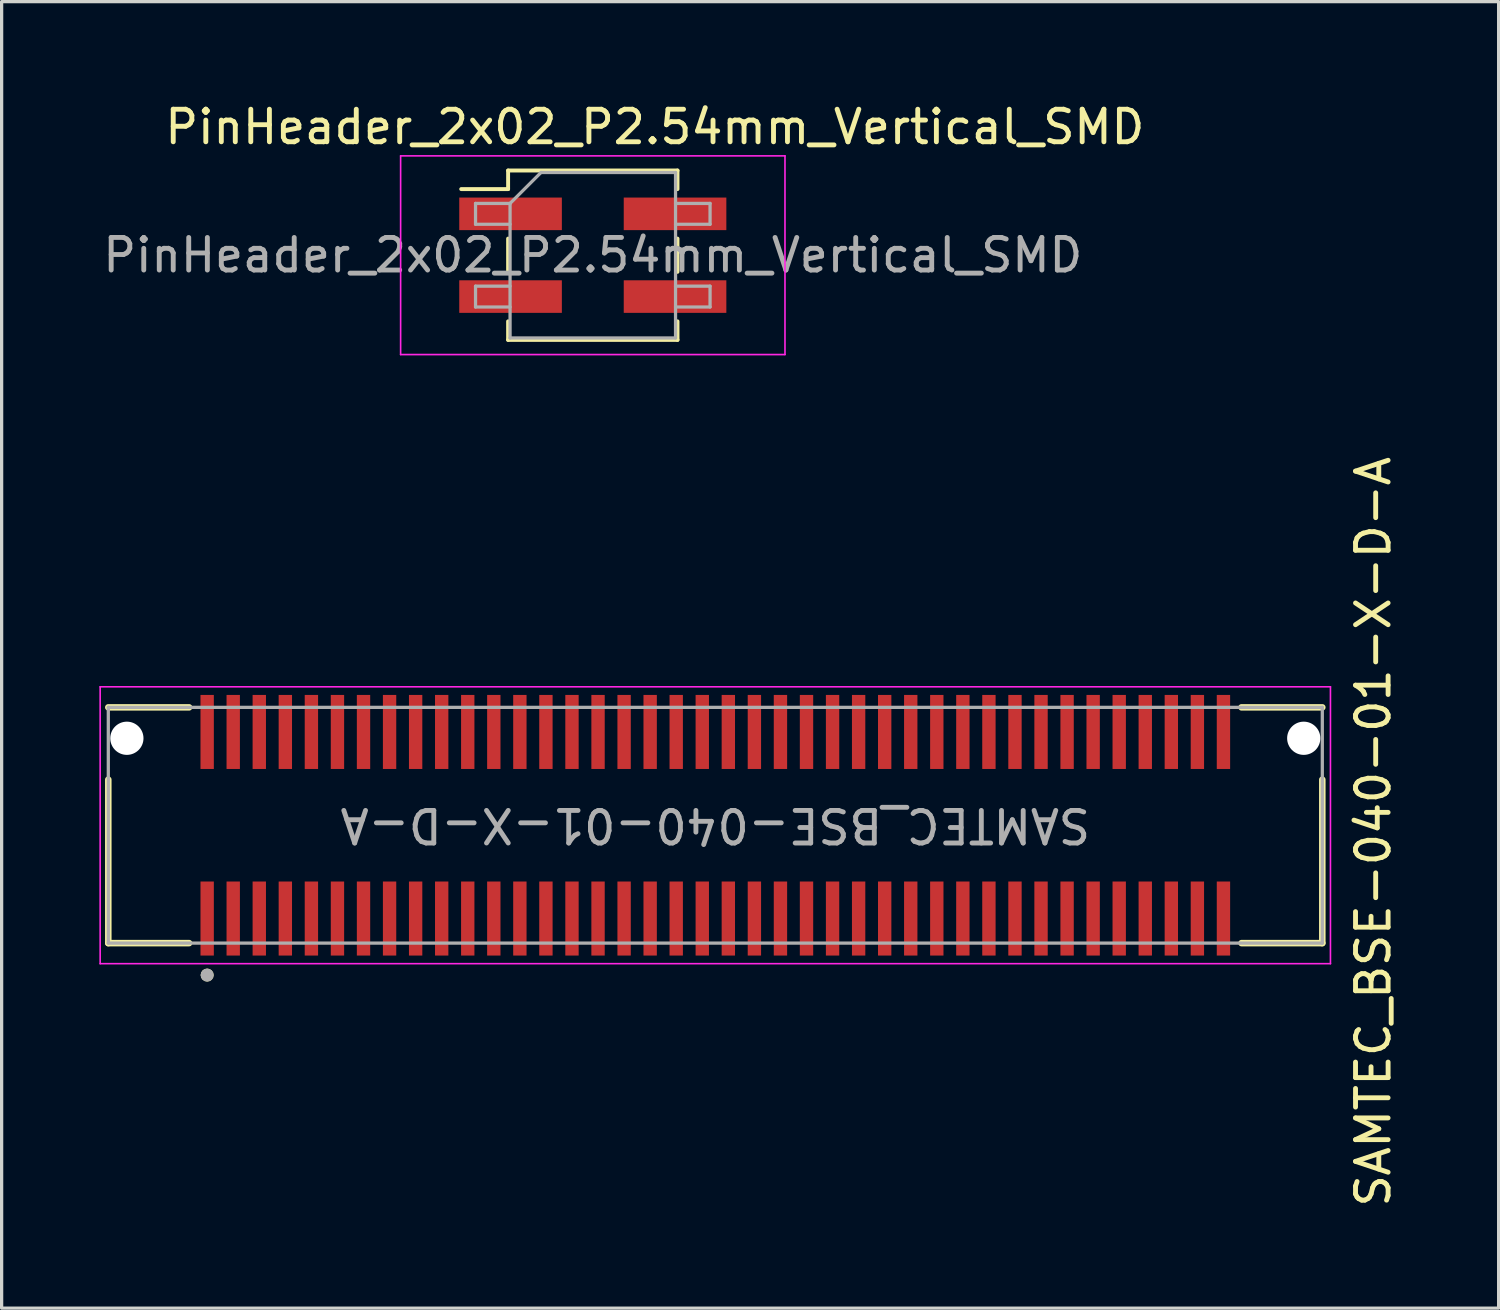
<source format=kicad_pcb>
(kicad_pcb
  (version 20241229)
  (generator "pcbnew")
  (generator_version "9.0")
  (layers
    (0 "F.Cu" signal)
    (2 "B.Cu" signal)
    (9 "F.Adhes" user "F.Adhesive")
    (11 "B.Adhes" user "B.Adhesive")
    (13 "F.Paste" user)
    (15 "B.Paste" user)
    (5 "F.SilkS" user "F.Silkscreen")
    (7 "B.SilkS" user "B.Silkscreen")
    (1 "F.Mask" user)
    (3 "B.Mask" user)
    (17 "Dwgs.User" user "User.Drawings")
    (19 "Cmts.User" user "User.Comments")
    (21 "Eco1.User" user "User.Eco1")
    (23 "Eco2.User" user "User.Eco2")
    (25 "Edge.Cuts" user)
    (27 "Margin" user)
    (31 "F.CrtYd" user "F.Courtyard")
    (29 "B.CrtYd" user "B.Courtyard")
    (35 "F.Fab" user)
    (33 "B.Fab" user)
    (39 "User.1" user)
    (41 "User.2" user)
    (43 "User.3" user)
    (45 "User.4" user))
  (footprint "PinHeader_2x02_P2.54mm_Vertical_SMD"
    (layer "F.Cu")
    (at 15.149 4.785)
    (property "Reference" "PinHeader_2x02_P2.54mm_Vertical_SMD" (at 1.905 -3.937 180) (layer "F.SilkS") (effects (font (size 1 1) (thickness 0.15))))
    (attr smd)
    (fp_line (start -4.04 -2.03) (end -2.6 -2.03) (stroke (width 0.12) (type solid)) (layer "F.SilkS"))
    (fp_line (start -2.6 -2.6) (end -2.6 -2.03) (stroke (width 0.12) (type solid)) (layer "F.SilkS"))
    (fp_line (start -2.6 -2.6) (end 2.6 -2.6) (stroke (width 0.12) (type solid)) (layer "F.SilkS"))
    (fp_line (start -2.6 -0.51) (end -2.6 0.51) (stroke (width 0.12) (type solid)) (layer "F.SilkS"))
    (fp_line (start -2.6 2.03) (end -2.6 2.6) (stroke (width 0.12) (type solid)) (layer "F.SilkS"))
    (fp_line (start -2.6 2.6) (end 2.6 2.6) (stroke (width 0.12) (type solid)) (layer "F.SilkS"))
    (fp_line (start 2.6 -2.6) (end 2.6 -2.03) (stroke (width 0.12) (type solid)) (layer "F.SilkS"))
    (fp_line (start 2.6 -0.51) (end 2.6 0.51) (stroke (width 0.12) (type solid)) (layer "F.SilkS"))
    (fp_line (start 2.6 2.03) (end 2.6 2.6) (stroke (width 0.12) (type solid)) (layer "F.SilkS"))
    (fp_line (start -5.9 -3.05) (end -5.9 3.05) (stroke (width 0.05) (type solid)) (layer "F.CrtYd"))
    (fp_line (start -5.9 3.05) (end 5.9 3.05) (stroke (width 0.05) (type solid)) (layer "F.CrtYd"))
    (fp_line (start 5.9 -3.05) (end -5.9 -3.05) (stroke (width 0.05) (type solid)) (layer "F.CrtYd"))
    (fp_line (start 5.9 3.05) (end 5.9 -3.05) (stroke (width 0.05) (type solid)) (layer "F.CrtYd"))
    (fp_line (start -3.6 -1.59) (end -3.6 -0.95) (stroke (width 0.1) (type solid)) (layer "F.Fab"))
    (fp_line (start -3.6 -0.95) (end -2.54 -0.95) (stroke (width 0.1) (type solid)) (layer "F.Fab"))
    (fp_line (start -3.6 0.95) (end -3.6 1.59) (stroke (width 0.1) (type solid)) (layer "F.Fab"))
    (fp_line (start -3.6 1.59) (end -2.54 1.59) (stroke (width 0.1) (type solid)) (layer "F.Fab"))
    (fp_line (start -2.54 -1.59) (end -3.6 -1.59) (stroke (width 0.1) (type solid)) (layer "F.Fab"))
    (fp_line (start -2.54 -1.59) (end -1.59 -2.54) (stroke (width 0.1) (type solid)) (layer "F.Fab"))
    (fp_line (start -2.54 0.95) (end -3.6 0.95) (stroke (width 0.1) (type solid)) (layer "F.Fab"))
    (fp_line (start -2.54 2.54) (end -2.54 -1.59) (stroke (width 0.1) (type solid)) (layer "F.Fab"))
    (fp_line (start -1.59 -2.54) (end 2.54 -2.54) (stroke (width 0.1) (type solid)) (layer "F.Fab"))
    (fp_line (start 2.54 -2.54) (end 2.54 2.54) (stroke (width 0.1) (type solid)) (layer "F.Fab"))
    (fp_line (start 2.54 -1.59) (end 3.6 -1.59) (stroke (width 0.1) (type solid)) (layer "F.Fab"))
    (fp_line (start 2.54 0.95) (end 3.6 0.95) (stroke (width 0.1) (type solid)) (layer "F.Fab"))
    (fp_line (start 2.54 2.54) (end -2.54 2.54) (stroke (width 0.1) (type solid)) (layer "F.Fab"))
    (fp_line (start 3.6 -1.59) (end 3.6 -0.95) (stroke (width 0.1) (type solid)) (layer "F.Fab"))
    (fp_line (start 3.6 -0.95) (end 2.54 -0.95) (stroke (width 0.1) (type solid)) (layer "F.Fab"))
    (fp_line (start 3.6 0.95) (end 3.6 1.59) (stroke (width 0.1) (type solid)) (layer "F.Fab"))
    (fp_line (start 3.6 1.59) (end 2.54 1.59) (stroke (width 0.1) (type solid)) (layer "F.Fab"))
    (fp_text user "${REFERENCE}" (at 0 0 0) (layer "F.Fab") (effects (font (size 1 1) (thickness 0.15))))
    (pad "1" smd rect (at -2.525 -1.27) (size 3.15 1) (layers "F.Cu" "F.Mask" "F.Paste"))
    (pad "2" smd rect (at 2.525 -1.27) (size 3.15 1) (layers "F.Cu" "F.Mask" "F.Paste"))
    (pad "3" smd rect (at -2.525 1.27) (size 3.15 1) (layers "F.Cu" "F.Mask" "F.Paste"))
    (pad "4" smd rect (at 2.525 1.27) (size 3.15 1) (layers "F.Cu" "F.Mask" "F.Paste")))
  (footprint "SAMTEC_BSE-040-01-X-D-A"
    (layer "F.Cu")
    (at 18.91 22.285)
    (property "Reference" "SAMTEC_BSE-040-01-X-D-A" (at 20.2 0.2 90) (layer "F.SilkS") (effects (font (size 1 1) (thickness 0.15))))
    (attr smd)
    (fp_line (start -18.635 -3.619) (end -16.155 -3.619) (stroke (width 0.2) (type solid)) (layer "F.SilkS"))
    (fp_line (start -18.635 -1.4) (end -18.635 3.619) (stroke (width 0.2) (type solid)) (layer "F.SilkS"))
    (fp_line (start -18.635 3.619) (end -16.155 3.619) (stroke (width 0.2) (type solid)) (layer "F.SilkS"))
    (fp_line (start 18.635 -3.619) (end 16.155 -3.619) (stroke (width 0.2) (type solid)) (layer "F.SilkS"))
    (fp_line (start 18.635 -1.4) (end 18.635 3.619) (stroke (width 0.2) (type solid)) (layer "F.SilkS"))
    (fp_line (start 18.635 3.619) (end 16.155 3.619) (stroke (width 0.2) (type solid)) (layer "F.SilkS"))
    (fp_circle (center -15.6 4.6) (end -15.5 4.6) (stroke (width 0.2) (type solid)) (fill no) (layer "F.SilkS"))
    (fp_line (start -18.885 -4.25) (end -18.885 4.25) (stroke (width 0.05) (type solid)) (layer "F.CrtYd"))
    (fp_line (start -18.885 4.25) (end 18.885 4.25) (stroke (width 0.05) (type solid)) (layer "F.CrtYd"))
    (fp_line (start 18.885 -4.25) (end -18.885 -4.25) (stroke (width 0.05) (type solid)) (layer "F.CrtYd"))
    (fp_line (start 18.885 4.25) (end 18.885 -4.25) (stroke (width 0.05) (type solid)) (layer "F.CrtYd"))
    (fp_line (start -18.635 -3.619) (end -18.635 3.619) (stroke (width 0.1) (type solid)) (layer "F.Fab"))
    (fp_line (start -18.635 3.619) (end 18.635 3.619) (stroke (width 0.1) (type solid)) (layer "F.Fab"))
    (fp_line (start 18.635 -3.619) (end -18.635 -3.619) (stroke (width 0.1) (type solid)) (layer "F.Fab"))
    (fp_line (start 18.635 3.619) (end 18.635 -3.619) (stroke (width 0.1) (type solid)) (layer "F.Fab"))
    (fp_circle (center -15.6 4.6) (end -15.5 4.6) (stroke (width 0.2) (type solid)) (fill no) (layer "F.Fab"))
    (fp_text user "${REFERENCE}" (at 0 0 180) (unlocked yes) (layer "F.Fab") (effects (font (size 1 1) (thickness 0.15))))
    (pad "" np_thru_hole circle (at -18.065 -2.67 180) (size 1.02 1.02) (drill 1.02) (layers "*.Cu" "*.Mask"))
    (pad "" np_thru_hole circle (at 18.065 -2.67 180) (size 1.02 1.02) (drill 1.02) (layers "*.Cu" "*.Mask"))
    (pad "1" smd rect (at -15.6 2.864 180) (size 0.41 2.273) (layers "F.Cu" "F.Mask" "F.Paste"))
    (pad "2" smd rect (at -15.6 -2.864 180) (size 0.41 2.273) (layers "F.Cu" "F.Mask" "F.Paste"))
    (pad "3" smd rect (at -14.8 2.864 180) (size 0.41 2.273) (layers "F.Cu" "F.Mask" "F.Paste"))
    (pad "4" smd rect (at -14.8 -2.864 180) (size 0.41 2.273) (layers "F.Cu" "F.Mask" "F.Paste"))
    (pad "5" smd rect (at -14 2.864 180) (size 0.41 2.273) (layers "F.Cu" "F.Mask" "F.Paste"))
    (pad "6" smd rect (at -14 -2.864 180) (size 0.41 2.273) (layers "F.Cu" "F.Mask" "F.Paste"))
    (pad "7" smd rect (at -13.2 2.864 180) (size 0.41 2.273) (layers "F.Cu" "F.Mask" "F.Paste"))
    (pad "8" smd rect (at -13.2 -2.864 180) (size 0.41 2.273) (layers "F.Cu" "F.Mask" "F.Paste"))
    (pad "9" smd rect (at -12.4 2.864 180) (size 0.41 2.273) (layers "F.Cu" "F.Mask" "F.Paste"))
    (pad "10" smd rect (at -12.4 -2.864 180) (size 0.41 2.273) (layers "F.Cu" "F.Mask" "F.Paste"))
    (pad "11" smd rect (at -11.6 2.864 180) (size 0.41 2.273) (layers "F.Cu" "F.Mask" "F.Paste"))
    (pad "12" smd rect (at -11.6 -2.864 180) (size 0.41 2.273) (layers "F.Cu" "F.Mask" "F.Paste"))
    (pad "13" smd rect (at -10.8 2.864 180) (size 0.41 2.273) (layers "F.Cu" "F.Mask" "F.Paste"))
    (pad "14" smd rect (at -10.8 -2.864 180) (size 0.41 2.273) (layers "F.Cu" "F.Mask" "F.Paste"))
    (pad "15" smd rect (at -10 2.864 180) (size 0.41 2.273) (layers "F.Cu" "F.Mask" "F.Paste"))
    (pad "16" smd rect (at -10 -2.864 180) (size 0.41 2.273) (layers "F.Cu" "F.Mask" "F.Paste"))
    (pad "17" smd rect (at -9.2 2.864 180) (size 0.41 2.273) (layers "F.Cu" "F.Mask" "F.Paste"))
    (pad "18" smd rect (at -9.2 -2.864 180) (size 0.41 2.273) (layers "F.Cu" "F.Mask" "F.Paste"))
    (pad "19" smd rect (at -8.4 2.864 180) (size 0.41 2.273) (layers "F.Cu" "F.Mask" "F.Paste"))
    (pad "20" smd rect (at -8.4 -2.864 180) (size 0.41 2.273) (layers "F.Cu" "F.Mask" "F.Paste"))
    (pad "21" smd rect (at -7.6 2.864 180) (size 0.41 2.273) (layers "F.Cu" "F.Mask" "F.Paste"))
    (pad "22" smd rect (at -7.6 -2.864 180) (size 0.41 2.273) (layers "F.Cu" "F.Mask" "F.Paste"))
    (pad "23" smd rect (at -6.8 2.864 180) (size 0.41 2.273) (layers "F.Cu" "F.Mask" "F.Paste"))
    (pad "24" smd rect (at -6.8 -2.864 180) (size 0.41 2.273) (layers "F.Cu" "F.Mask" "F.Paste"))
    (pad "25" smd rect (at -6 2.864 180) (size 0.41 2.273) (layers "F.Cu" "F.Mask" "F.Paste"))
    (pad "26" smd rect (at -6 -2.864 180) (size 0.41 2.273) (layers "F.Cu" "F.Mask" "F.Paste"))
    (pad "27" smd rect (at -5.2 2.864 180) (size 0.41 2.273) (layers "F.Cu" "F.Mask" "F.Paste"))
    (pad "28" smd rect (at -5.2 -2.864 180) (size 0.41 2.273) (layers "F.Cu" "F.Mask" "F.Paste"))
    (pad "29" smd rect (at -4.4 2.864 180) (size 0.41 2.273) (layers "F.Cu" "F.Mask" "F.Paste"))
    (pad "30" smd rect (at -4.4 -2.864 180) (size 0.41 2.273) (layers "F.Cu" "F.Mask" "F.Paste"))
    (pad "31" smd rect (at -3.6 2.864 180) (size 0.41 2.273) (layers "F.Cu" "F.Mask" "F.Paste"))
    (pad "32" smd rect (at -3.6 -2.864 180) (size 0.41 2.273) (layers "F.Cu" "F.Mask" "F.Paste"))
    (pad "33" smd rect (at -2.8 2.864 180) (size 0.41 2.273) (layers "F.Cu" "F.Mask" "F.Paste"))
    (pad "34" smd rect (at -2.8 -2.864 180) (size 0.41 2.273) (layers "F.Cu" "F.Mask" "F.Paste"))
    (pad "35" smd rect (at -2 2.864 180) (size 0.41 2.273) (layers "F.Cu" "F.Mask" "F.Paste"))
    (pad "36" smd rect (at -2 -2.864 180) (size 0.41 2.273) (layers "F.Cu" "F.Mask" "F.Paste"))
    (pad "37" smd rect (at -1.2 2.864 180) (size 0.41 2.273) (layers "F.Cu" "F.Mask" "F.Paste"))
    (pad "38" smd rect (at -1.2 -2.864 180) (size 0.41 2.273) (layers "F.Cu" "F.Mask" "F.Paste"))
    (pad "39" smd rect (at -0.4 2.864 180) (size 0.41 2.273) (layers "F.Cu" "F.Mask" "F.Paste"))
    (pad "40" smd rect (at -0.4 -2.864 180) (size 0.41 2.273) (layers "F.Cu" "F.Mask" "F.Paste"))
    (pad "41" smd rect (at 0.4 2.864 180) (size 0.41 2.273) (layers "F.Cu" "F.Mask" "F.Paste"))
    (pad "42" smd rect (at 0.4 -2.864 180) (size 0.41 2.273) (layers "F.Cu" "F.Mask" "F.Paste"))
    (pad "43" smd rect (at 1.2 2.864 180) (size 0.41 2.273) (layers "F.Cu" "F.Mask" "F.Paste"))
    (pad "44" smd rect (at 1.2 -2.864 180) (size 0.41 2.273) (layers "F.Cu" "F.Mask" "F.Paste"))
    (pad "45" smd rect (at 2 2.864 180) (size 0.41 2.273) (layers "F.Cu" "F.Mask" "F.Paste"))
    (pad "46" smd rect (at 2 -2.864 180) (size 0.41 2.273) (layers "F.Cu" "F.Mask" "F.Paste"))
    (pad "47" smd rect (at 2.8 2.864 180) (size 0.41 2.273) (layers "F.Cu" "F.Mask" "F.Paste"))
    (pad "48" smd rect (at 2.8 -2.864 180) (size 0.41 2.273) (layers "F.Cu" "F.Mask" "F.Paste"))
    (pad "49" smd rect (at 3.6 2.864 180) (size 0.41 2.273) (layers "F.Cu" "F.Mask" "F.Paste"))
    (pad "50" smd rect (at 3.6 -2.864 180) (size 0.41 2.273) (layers "F.Cu" "F.Mask" "F.Paste"))
    (pad "51" smd rect (at 4.4 2.864 180) (size 0.41 2.273) (layers "F.Cu" "F.Mask" "F.Paste"))
    (pad "52" smd rect (at 4.4 -2.864 180) (size 0.41 2.273) (layers "F.Cu" "F.Mask" "F.Paste"))
    (pad "53" smd rect (at 5.2 2.864 180) (size 0.41 2.273) (layers "F.Cu" "F.Mask" "F.Paste"))
    (pad "54" smd rect (at 5.2 -2.864 180) (size 0.41 2.273) (layers "F.Cu" "F.Mask" "F.Paste"))
    (pad "55" smd rect (at 6 2.864 180) (size 0.41 2.273) (layers "F.Cu" "F.Mask" "F.Paste"))
    (pad "56" smd rect (at 6 -2.864 180) (size 0.41 2.273) (layers "F.Cu" "F.Mask" "F.Paste"))
    (pad "57" smd rect (at 6.8 2.864 180) (size 0.41 2.273) (layers "F.Cu" "F.Mask" "F.Paste"))
    (pad "58" smd rect (at 6.8 -2.864 180) (size 0.41 2.273) (layers "F.Cu" "F.Mask" "F.Paste"))
    (pad "59" smd rect (at 7.6 2.864 180) (size 0.41 2.273) (layers "F.Cu" "F.Mask" "F.Paste"))
    (pad "60" smd rect (at 7.6 -2.864 180) (size 0.41 2.273) (layers "F.Cu" "F.Mask" "F.Paste"))
    (pad "61" smd rect (at 8.4 2.864 180) (size 0.41 2.273) (layers "F.Cu" "F.Mask" "F.Paste"))
    (pad "62" smd rect (at 8.4 -2.864 180) (size 0.41 2.273) (layers "F.Cu" "F.Mask" "F.Paste"))
    (pad "63" smd rect (at 9.2 2.864 180) (size 0.41 2.273) (layers "F.Cu" "F.Mask" "F.Paste"))
    (pad "64" smd rect (at 9.2 -2.864 180) (size 0.41 2.273) (layers "F.Cu" "F.Mask" "F.Paste"))
    (pad "65" smd rect (at 10 2.864 180) (size 0.41 2.273) (layers "F.Cu" "F.Mask" "F.Paste"))
    (pad "66" smd rect (at 10 -2.864 180) (size 0.41 2.273) (layers "F.Cu" "F.Mask" "F.Paste"))
    (pad "67" smd rect (at 10.8 2.864 180) (size 0.41 2.273) (layers "F.Cu" "F.Mask" "F.Paste"))
    (pad "68" smd rect (at 10.8 -2.864 180) (size 0.41 2.273) (layers "F.Cu" "F.Mask" "F.Paste"))
    (pad "69" smd rect (at 11.6 2.864 180) (size 0.41 2.273) (layers "F.Cu" "F.Mask" "F.Paste"))
    (pad "70" smd rect (at 11.6 -2.864 180) (size 0.41 2.273) (layers "F.Cu" "F.Mask" "F.Paste"))
    (pad "71" smd rect (at 12.4 2.864 180) (size 0.41 2.273) (layers "F.Cu" "F.Mask" "F.Paste"))
    (pad "72" smd rect (at 12.4 -2.864 180) (size 0.41 2.273) (layers "F.Cu" "F.Mask" "F.Paste"))
    (pad "73" smd rect (at 13.2 2.864 180) (size 0.41 2.273) (layers "F.Cu" "F.Mask" "F.Paste"))
    (pad "74" smd rect (at 13.2 -2.864 180) (size 0.41 2.273) (layers "F.Cu" "F.Mask" "F.Paste"))
    (pad "75" smd rect (at 14 2.864 180) (size 0.41 2.273) (layers "F.Cu" "F.Mask" "F.Paste"))
    (pad "76" smd rect (at 14 -2.864 180) (size 0.41 2.273) (layers "F.Cu" "F.Mask" "F.Paste"))
    (pad "77" smd rect (at 14.8 2.864 180) (size 0.41 2.273) (layers "F.Cu" "F.Mask" "F.Paste"))
    (pad "78" smd rect (at 14.8 -2.864 180) (size 0.41 2.273) (layers "F.Cu" "F.Mask" "F.Paste"))
    (pad "79" smd rect (at 15.6 2.864 180) (size 0.41 2.273) (layers "F.Cu" "F.Mask" "F.Paste"))
    (pad "80" smd rect (at 15.6 -2.864 180) (size 0.41 2.273) (layers "F.Cu" "F.Mask" "F.Paste")))
  (gr_rect
    (start -3 -3)
    (end 42.958 37.11)
    (stroke (width 0.1) (type default))
    (fill no)
    (layer "Edge.Cuts")))
</source>
